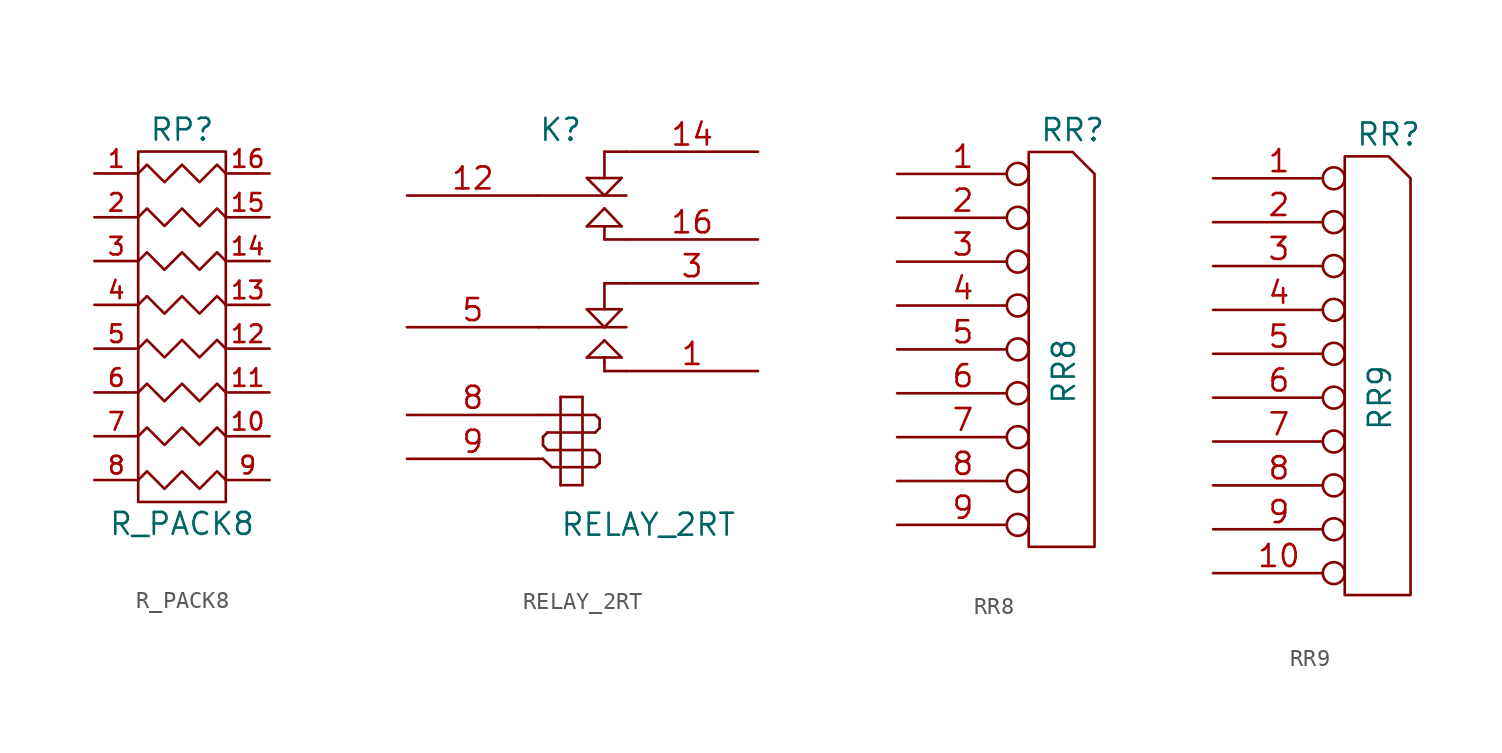
<source format=kicad_sym>
(kicad_symbol_lib
  (version 20211014)
  (generator kicad_symbol_editor)
  (symbol "R_PACK8"
    (pin_names hide)
    (property "Reference" "RP"
      (at 0 11.43 0)
      (effects (font (size 1.27 1.27))))
    (property "Value" "R_PACK8"
      (at 0 -11.43 0)
      (effects (font (size 1.27 1.27))))
    (property "Footprint" ""
      (at 0 0 0)
      (effects (font (size 1.27 1.27))))
    (property "Datasheet" ""
      (at 0 0 0)
      (effects (font (size 1.27 1.27))))
    (symbol "R_PACK8_0_1"
      (rectangle (start -2.54 10.16) (end 2.54 -10.16) (stroke (width 0) (type default) (color 0 0 0 0)) (fill (type none)))
      (polyline (pts (xy -2.54 -8.89) (xy -2.032 -8.382) (xy -1.016 -9.398) (xy 0 -8.382) (xy 1.016 -9.398) (xy 2.032 -8.382) (xy 2.54 -8.89)) (stroke (width 0) (type default) (color 0 0 0 0)) (fill (type none)))
      (polyline (pts (xy -2.54 -6.35) (xy -2.032 -5.842) (xy -1.016 -6.858) (xy 0 -5.842) (xy 1.016 -6.858) (xy 2.032 -5.842) (xy 2.54 -6.35)) (stroke (width 0) (type default) (color 0 0 0 0)) (fill (type none)))
      (polyline (pts (xy -2.54 -3.81) (xy -2.032 -3.302) (xy -1.016 -4.318) (xy 0 -3.302) (xy 1.016 -4.318) (xy 2.032 -3.302) (xy 2.54 -3.81)) (stroke (width 0) (type default) (color 0 0 0 0)) (fill (type none)))
      (polyline (pts (xy -2.54 -1.27) (xy -2.032 -0.762) (xy -1.016 -1.778) (xy 0 -0.762) (xy 1.016 -1.778) (xy 2.032 -0.762) (xy 2.54 -1.27)) (stroke (width 0) (type default) (color 0 0 0 0)) (fill (type none)))
      (polyline (pts (xy -2.54 1.27) (xy -2.032 1.778) (xy -1.016 0.762) (xy 0 1.778) (xy 1.016 0.762) (xy 2.032 1.778) (xy 2.54 1.27)) (stroke (width 0) (type default) (color 0 0 0 0)) (fill (type none)))
      (polyline (pts (xy -2.54 3.81) (xy -2.032 4.318) (xy -1.016 3.302) (xy 0 4.318) (xy 1.016 3.302) (xy 2.032 4.318) (xy 2.54 3.81)) (stroke (width 0) (type default) (color 0 0 0 0)) (fill (type none)))
      (polyline (pts (xy -2.54 6.35) (xy -2.032 6.858) (xy -1.016 5.842) (xy 0 6.858) (xy 1.016 5.842) (xy 2.032 6.858) (xy 2.54 6.35)) (stroke (width 0) (type default) (color 0 0 0 0)) (fill (type none)))
      (polyline (pts (xy -2.54 8.89) (xy -2.032 9.398) (xy -1.016 8.382) (xy 0 9.398) (xy 1.016 8.382) (xy 2.032 9.398) (xy 2.54 8.89)) (stroke (width 0) (type default) (color 0 0 0 0)) (fill (type none))))
    (symbol "R_PACK8_1_1"
      (pin passive line (at -5.08 8.89 0) (length 2.54) (name "P1" (effects (font (size 1.016 1.016)))) (number "1" (effects (font (size 1.016 1.016)))))
      (pin passive line (at 5.08 -6.35 180) (length 2.54) (name "R7" (effects (font (size 1.016 1.016)))) (number "10" (effects (font (size 1.016 1.016)))))
      (pin passive line (at 5.08 -3.81 180) (length 2.54) (name "R6" (effects (font (size 1.016 1.016)))) (number "11" (effects (font (size 1.016 1.016)))))
      (pin passive line (at 5.08 -1.27 180) (length 2.54) (name "R5" (effects (font (size 1.016 1.016)))) (number "12" (effects (font (size 1.016 1.016)))))
      (pin passive line (at 5.08 1.27 180) (length 2.54) (name "R4" (effects (font (size 1.016 1.016)))) (number "13" (effects (font (size 1.016 1.016)))))
      (pin passive line (at 5.08 3.81 180) (length 2.54) (name "R3" (effects (font (size 1.016 1.016)))) (number "14" (effects (font (size 1.016 1.016)))))
      (pin passive line (at 5.08 6.35 180) (length 2.54) (name "R2" (effects (font (size 1.016 1.016)))) (number "15" (effects (font (size 1.016 1.016)))))
      (pin passive line (at 5.08 8.89 180) (length 2.54) (name "R1" (effects (font (size 1.016 1.016)))) (number "16" (effects (font (size 1.016 1.016)))))
      (pin passive line (at -5.08 6.35 0) (length 2.54) (name "P2" (effects (font (size 1.016 1.016)))) (number "2" (effects (font (size 1.016 1.016)))))
      (pin passive line (at -5.08 3.81 0) (length 2.54) (name "P3" (effects (font (size 1.016 1.016)))) (number "3" (effects (font (size 1.016 1.016)))))
      (pin passive line (at -5.08 1.27 0) (length 2.54) (name "P4" (effects (font (size 1.016 1.016)))) (number "4" (effects (font (size 1.016 1.016)))))
      (pin passive line (at -5.08 -1.27 0) (length 2.54) (name "P5" (effects (font (size 1.016 1.016)))) (number "5" (effects (font (size 1.016 1.016)))))
      (pin passive line (at -5.08 -3.81 0) (length 2.54) (name "P6" (effects (font (size 1.016 1.016)))) (number "6" (effects (font (size 1.016 1.016)))))
      (pin passive line (at -5.08 -6.35 0) (length 2.54) (name "P7" (effects (font (size 1.016 1.016)))) (number "7" (effects (font (size 1.016 1.016)))))
      (pin passive line (at -5.08 -8.89 0) (length 2.54) (name "P8" (effects (font (size 1.016 1.016)))) (number "8" (effects (font (size 1.016 1.016)))))
      (pin passive line (at 5.08 -8.89 180) (length 2.54) (name "R8" (effects (font (size 1.016 1.016)))) (number "9" (effects (font (size 1.016 1.016)))))))
  (symbol "RELAY_2RT"
    (pin_names
      (offset 1.016) hide)
    (property "Reference" "K"
      (at -1.27 10.16 0)
      (effects (font (size 1.27 1.27))))
    (property "Value" "RELAY_2RT"
      (at 3.81 -12.7 0)
      (effects (font (size 1.27 1.27))))
    (property "Footprint" ""
      (at 0 0 0)
      (effects (font (size 1.27 1.27))))
    (property "Datasheet" ""
      (at 0 0 0)
      (effects (font (size 1.27 1.27))))
    (symbol "RELAY_2RT_0_1"
      (polyline (pts (xy -2.54 -8.89) (xy -2.286 -8.89)) (stroke (width 0) (type default) (color 0 0 0 0)) (fill (type none)))
      (polyline (pts (xy -2.54 -6.35) (xy -1.27 -6.35)) (stroke (width 0) (type default) (color 0 0 0 0)) (fill (type none)))
      (polyline (pts (xy -2.54 -1.27) (xy 1.27 -1.27)) (stroke (width 0) (type default) (color 0 0 0 0)) (fill (type none)))
      (polyline (pts (xy -2.286 -8.89) (xy -1.778 -9.373)) (stroke (width 0) (type default) (color 0 0 0 0)) (fill (type none)))
      (polyline (pts (xy -2.286 -8.103) (xy -2.286 -7.62)) (stroke (width 0) (type default) (color 0 0 0 0)) (fill (type none)))
      (polyline (pts (xy -2.032 -8.382) (xy -2.286 -8.103)) (stroke (width 0) (type default) (color 0 0 0 0)) (fill (type none)))
      (polyline (pts (xy -2.032 -7.366) (xy -2.286 -7.62)) (stroke (width 0) (type default) (color 0 0 0 0)) (fill (type none)))
      (polyline (pts (xy -1.778 -9.373) (xy -1.27 -9.373)) (stroke (width 0) (type default) (color 0 0 0 0)) (fill (type none)))
      (polyline (pts (xy -1.27 -10.414) (xy -1.27 -5.309)) (stroke (width 0) (type default) (color 0 0 0 0)) (fill (type none)))
      (polyline (pts (xy -1.27 -8.382) (xy -2.032 -8.382)) (stroke (width 0) (type default) (color 0 0 0 0)) (fill (type none)))
      (polyline (pts (xy -1.27 -8.382) (xy 0 -8.382)) (stroke (width 0) (type default) (color 0 0 0 0)) (fill (type none)))
      (polyline (pts (xy -1.27 -7.366) (xy -2.032 -7.366)) (stroke (width 0) (type default) (color 0 0 0 0)) (fill (type none)))
      (polyline (pts (xy -1.27 -6.35) (xy 0 -6.35)) (stroke (width 0) (type default) (color 0 0 0 0)) (fill (type none)))
      (polyline (pts (xy -1.27 -5.309) (xy 0 -5.309)) (stroke (width 0) (type default) (color 0 0 0 0)) (fill (type none)))
      (polyline (pts (xy 0 -10.414) (xy -1.27 -10.414)) (stroke (width 0) (type default) (color 0 0 0 0)) (fill (type none)))
      (polyline (pts (xy 0 -9.373) (xy -1.27 -9.373)) (stroke (width 0) (type default) (color 0 0 0 0)) (fill (type none)))
      (polyline (pts (xy 0 -9.373) (xy 0.737 -9.373)) (stroke (width 0) (type default) (color 0 0 0 0)) (fill (type none)))
      (polyline (pts (xy 0 -8.382) (xy 0.737 -8.382)) (stroke (width 0) (type default) (color 0 0 0 0)) (fill (type none)))
      (polyline (pts (xy 0 -7.366) (xy -1.27 -7.366)) (stroke (width 0) (type default) (color 0 0 0 0)) (fill (type none)))
      (polyline (pts (xy 0 -7.366) (xy 0.737 -7.366)) (stroke (width 0) (type default) (color 0 0 0 0)) (fill (type none)))
      (polyline (pts (xy 0 -6.35) (xy 0.737 -6.35)) (stroke (width 0) (type default) (color 0 0 0 0)) (fill (type none)))
      (polyline (pts (xy 0 -5.309) (xy 0 -10.414)) (stroke (width 0) (type default) (color 0 0 0 0)) (fill (type none)))
      (polyline (pts (xy 0.254 -3.023) (xy 2.261 -3.023)) (stroke (width 0) (type default) (color 0 0 0 0)) (fill (type none)))
      (polyline (pts (xy 0.254 -0.229) (xy 2.261 -0.229)) (stroke (width 0) (type default) (color 0 0 0 0)) (fill (type none)))
      (polyline (pts (xy 0.254 4.572) (xy 1.27 5.613)) (stroke (width 0) (type default) (color 0 0 0 0)) (fill (type none)))
      (polyline (pts (xy 0.254 7.366) (xy 0.991 7.366)) (stroke (width 0) (type default) (color 0 0 0 0)) (fill (type none)))
      (polyline (pts (xy 0.737 -9.373) (xy 0.991 -9.144)) (stroke (width 0) (type default) (color 0 0 0 0)) (fill (type none)))
      (polyline (pts (xy 0.737 -8.382) (xy 0.991 -8.636)) (stroke (width 0) (type default) (color 0 0 0 0)) (fill (type none)))
      (polyline (pts (xy 0.737 -7.366) (xy 0.991 -7.112)) (stroke (width 0) (type default) (color 0 0 0 0)) (fill (type none)))
      (polyline (pts (xy 0.737 -6.35) (xy 0.991 -6.579)) (stroke (width 0) (type default) (color 0 0 0 0)) (fill (type none)))
      (polyline (pts (xy 0.991 -9.144) (xy 0.991 -8.636)) (stroke (width 0) (type default) (color 0 0 0 0)) (fill (type none)))
      (polyline (pts (xy 0.991 -6.579) (xy 0.991 -7.112)) (stroke (width 0) (type default) (color 0 0 0 0)) (fill (type none)))
      (polyline (pts (xy 0.991 6.629) (xy 0.254 7.366)) (stroke (width 0) (type default) (color 0 0 0 0)) (fill (type none)))
      (polyline (pts (xy 0.991 6.629) (xy 1.27 6.35)) (stroke (width 0) (type default) (color 0 0 0 0)) (fill (type none)))
      (polyline (pts (xy 0.991 7.366) (xy 2.261 7.366)) (stroke (width 0) (type default) (color 0 0 0 0)) (fill (type none)))
      (polyline (pts (xy 1.27 -3.81) (xy 1.27 -3.302)) (stroke (width 0) (type default) (color 0 0 0 0)) (fill (type none)))
      (polyline (pts (xy 1.27 -3.302) (xy 1.27 -3.023)) (stroke (width 0) (type default) (color 0 0 0 0)) (fill (type none)))
      (polyline (pts (xy 1.27 -2.032) (xy 0.254 -3.023)) (stroke (width 0) (type default) (color 0 0 0 0)) (fill (type none)))
      (polyline (pts (xy 1.27 -1.27) (xy 0.254 -0.229)) (stroke (width 0) (type default) (color 0 0 0 0)) (fill (type none)))
      (polyline (pts (xy 1.27 -1.27) (xy 2.54 -1.27)) (stroke (width 0) (type default) (color 0 0 0 0)) (fill (type none)))
      (polyline (pts (xy 1.27 1.27) (xy 1.27 -0.229)) (stroke (width 0) (type default) (color 0 0 0 0)) (fill (type none)))
      (polyline (pts (xy 1.27 1.27) (xy 2.54 1.27)) (stroke (width 0) (type default) (color 0 0 0 0)) (fill (type none)))
      (polyline (pts (xy 1.27 3.81) (xy 1.27 4.572)) (stroke (width 0) (type default) (color 0 0 0 0)) (fill (type none)))
      (polyline (pts (xy 1.27 3.81) (xy 2.54 3.81)) (stroke (width 0) (type default) (color 0 0 0 0)) (fill (type none)))
      (polyline (pts (xy 1.27 5.613) (xy 2.261 4.572)) (stroke (width 0) (type default) (color 0 0 0 0)) (fill (type none)))
      (polyline (pts (xy 1.27 6.35) (xy -2.54 6.35)) (stroke (width 0) (type default) (color 0 0 0 0)) (fill (type none)))
      (polyline (pts (xy 1.27 6.35) (xy 1.524 6.35)) (stroke (width 0) (type default) (color 0 0 0 0)) (fill (type none)))
      (polyline (pts (xy 1.27 8.89) (xy 1.27 7.366)) (stroke (width 0) (type default) (color 0 0 0 0)) (fill (type none)))
      (polyline (pts (xy 1.27 8.89) (xy 2.54 8.89)) (stroke (width 0) (type default) (color 0 0 0 0)) (fill (type none)))
      (polyline (pts (xy 1.524 6.35) (xy 2.54 6.35)) (stroke (width 0) (type default) (color 0 0 0 0)) (fill (type none)))
      (polyline (pts (xy 2.261 -3.023) (xy 1.27 -2.032)) (stroke (width 0) (type default) (color 0 0 0 0)) (fill (type none)))
      (polyline (pts (xy 2.261 -0.229) (xy 1.27 -1.27)) (stroke (width 0) (type default) (color 0 0 0 0)) (fill (type none)))
      (polyline (pts (xy 2.261 4.572) (xy 0.254 4.572)) (stroke (width 0) (type default) (color 0 0 0 0)) (fill (type none)))
      (polyline (pts (xy 2.261 7.366) (xy 1.27 6.35)) (stroke (width 0) (type default) (color 0 0 0 0)) (fill (type none)))
      (polyline (pts (xy 2.54 -3.81) (xy 1.27 -3.81)) (stroke (width 0) (type default) (color 0 0 0 0)) (fill (type none))))
    (symbol "RELAY_2RT_1_1"
      (pin passive line (at 10.16 -3.81 180) (length 7.62) (name "T1" (effects (font (size 1.27 1.27)))) (number "1" (effects (font (size 1.27 1.27)))))
      (pin passive line (at -10.16 6.35 0) (length 7.62) (name "C2" (effects (font (size 1.27 1.27)))) (number "12" (effects (font (size 1.27 1.27)))))
      (pin passive line (at 10.16 8.89 180) (length 7.62) (name "R2" (effects (font (size 1.27 1.27)))) (number "14" (effects (font (size 1.27 1.27)))))
      (pin passive line (at 10.16 3.81 180) (length 7.62) (name "T2" (effects (font (size 1.27 1.27)))) (number "16" (effects (font (size 1.27 1.27)))))
      (pin passive line (at 10.16 1.27 180) (length 7.62) (name "R1" (effects (font (size 1.27 1.27)))) (number "3" (effects (font (size 1.27 1.27)))))
      (pin passive line (at -10.16 -1.27 0) (length 7.62) (name "C1" (effects (font (size 1.27 1.27)))) (number "5" (effects (font (size 1.27 1.27)))))
      (pin input line (at -10.16 -6.35 0) (length 7.62) (name "8" (effects (font (size 1.27 1.27)))) (number "8" (effects (font (size 1.27 1.27)))))
      (pin input line (at -10.16 -8.89 0) (length 7.62) (name "9" (effects (font (size 1.27 1.27)))) (number "9" (effects (font (size 1.27 1.27)))))))
  (symbol "RR8"
    (pin_names
      (offset 1.016) hide)
    (property "Reference" "RR"
      (at 1.27 13.97 0)
      (effects (font (size 1.27 1.27))))
    (property "Value" "RR8"
      (at 0.762 0 90)
      (effects (font (size 1.27 1.27))))
    (property "Footprint" ""
      (at 0 0 0)
      (effects (font (size 1.27 1.27))))
    (property "Datasheet" ""
      (at 0 0 0)
      (effects (font (size 1.27 1.27))))
    (symbol "RR8_0_1"
      (polyline (pts (xy -1.27 -10.16) (xy -1.27 12.7) (xy 1.27 12.7) (xy 2.54 11.43) (xy 2.54 -10.16) (xy -1.27 -10.16)) (stroke (width 0) (type default) (color 0 0 0 0)) (fill (type none))))
    (symbol "RR8_1_1"
      (pin passive inverted (at -8.89 11.43 0) (length 7.62) (name "COM" (effects (font (size 1.27 1.27)))) (number "1" (effects (font (size 1.27 1.27)))))
      (pin passive inverted (at -8.89 8.89 0) (length 7.62) (name "2" (effects (font (size 1.27 1.27)))) (number "2" (effects (font (size 1.27 1.27)))))
      (pin passive inverted (at -8.89 6.35 0) (length 7.62) (name "3" (effects (font (size 1.27 1.27)))) (number "3" (effects (font (size 1.27 1.27)))))
      (pin passive inverted (at -8.89 3.81 0) (length 7.62) (name "4" (effects (font (size 1.27 1.27)))) (number "4" (effects (font (size 1.27 1.27)))))
      (pin passive inverted (at -8.89 1.27 0) (length 7.62) (name "5" (effects (font (size 1.27 1.27)))) (number "5" (effects (font (size 1.27 1.27)))))
      (pin passive inverted (at -8.89 -1.27 0) (length 7.62) (name "6" (effects (font (size 1.27 1.27)))) (number "6" (effects (font (size 1.27 1.27)))))
      (pin passive inverted (at -8.89 -3.81 0) (length 7.62) (name "7" (effects (font (size 1.27 1.27)))) (number "7" (effects (font (size 1.27 1.27)))))
      (pin passive inverted (at -8.89 -6.35 0) (length 7.62) (name "8" (effects (font (size 1.27 1.27)))) (number "8" (effects (font (size 1.27 1.27)))))
      (pin passive inverted (at -8.89 -8.89 0) (length 7.62) (name "9" (effects (font (size 1.27 1.27)))) (number "9" (effects (font (size 1.27 1.27)))))))
  (symbol "RR9"
    (pin_names
      (offset 1.016) hide)
    (property "Reference" "RR"
      (at 1.27 15.24 0)
      (effects (font (size 1.27 1.27))))
    (property "Value" "RR9"
      (at 0.762 0 90)
      (effects (font (size 1.27 1.27))))
    (property "Footprint" ""
      (at 0 0 0)
      (effects (font (size 1.27 1.27))))
    (property "Datasheet" ""
      (at 0 0 0)
      (effects (font (size 1.27 1.27))))
    (symbol "RR9_0_1"
      (polyline (pts (xy -1.27 -11.43) (xy -1.27 13.97) (xy 1.27 13.97) (xy 2.54 12.7) (xy 2.54 -11.43) (xy -1.27 -11.43)) (stroke (width 0) (type default) (color 0 0 0 0)) (fill (type none))))
    (symbol "RR9_1_1"
      (pin passive inverted (at -8.89 12.7 0) (length 7.62) (name "COM" (effects (font (size 1.27 1.27)))) (number "1" (effects (font (size 1.27 1.27)))))
      (pin passive inverted (at -8.89 -10.16 0) (length 7.62) (name "10" (effects (font (size 1.27 1.27)))) (number "10" (effects (font (size 1.27 1.27)))))
      (pin passive inverted (at -8.89 10.16 0) (length 7.62) (name "2" (effects (font (size 1.27 1.27)))) (number "2" (effects (font (size 1.27 1.27)))))
      (pin passive inverted (at -8.89 7.62 0) (length 7.62) (name "3" (effects (font (size 1.27 1.27)))) (number "3" (effects (font (size 1.27 1.27)))))
      (pin passive inverted (at -8.89 5.08 0) (length 7.62) (name "4" (effects (font (size 1.27 1.27)))) (number "4" (effects (font (size 1.27 1.27)))))
      (pin passive inverted (at -8.89 2.54 0) (length 7.62) (name "5" (effects (font (size 1.27 1.27)))) (number "5" (effects (font (size 1.27 1.27)))))
      (pin passive inverted (at -8.89 0 0) (length 7.62) (name "6" (effects (font (size 1.27 1.27)))) (number "6" (effects (font (size 1.27 1.27)))))
      (pin passive inverted (at -8.89 -2.54 0) (length 7.62) (name "7" (effects (font (size 1.27 1.27)))) (number "7" (effects (font (size 1.27 1.27)))))
      (pin passive inverted (at -8.89 -5.08 0) (length 7.62) (name "8" (effects (font (size 1.27 1.27)))) (number "8" (effects (font (size 1.27 1.27)))))
      (pin passive inverted (at -8.89 -7.62 0) (length 7.62) (name "9" (effects (font (size 1.27 1.27)))) (number "9" (effects (font (size 1.27 1.27))))))))
</source>
